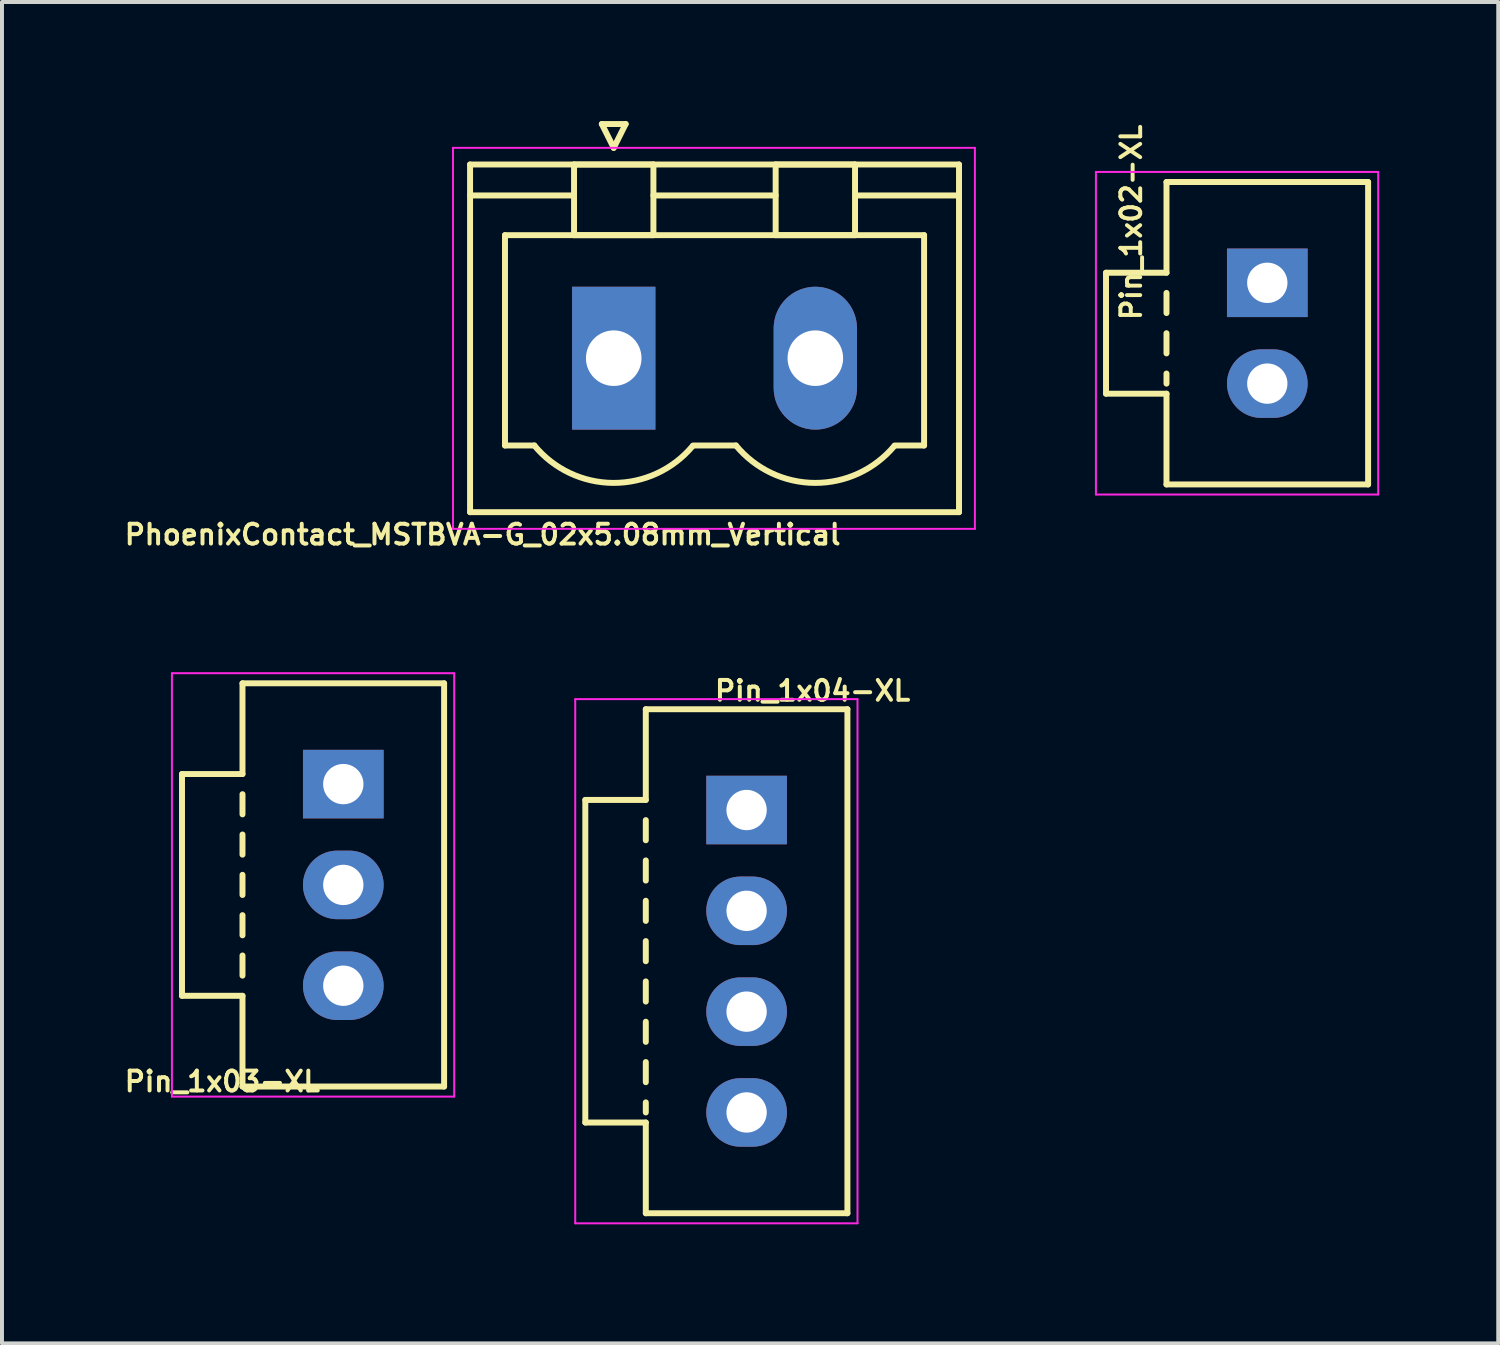
<source format=kicad_pcb>
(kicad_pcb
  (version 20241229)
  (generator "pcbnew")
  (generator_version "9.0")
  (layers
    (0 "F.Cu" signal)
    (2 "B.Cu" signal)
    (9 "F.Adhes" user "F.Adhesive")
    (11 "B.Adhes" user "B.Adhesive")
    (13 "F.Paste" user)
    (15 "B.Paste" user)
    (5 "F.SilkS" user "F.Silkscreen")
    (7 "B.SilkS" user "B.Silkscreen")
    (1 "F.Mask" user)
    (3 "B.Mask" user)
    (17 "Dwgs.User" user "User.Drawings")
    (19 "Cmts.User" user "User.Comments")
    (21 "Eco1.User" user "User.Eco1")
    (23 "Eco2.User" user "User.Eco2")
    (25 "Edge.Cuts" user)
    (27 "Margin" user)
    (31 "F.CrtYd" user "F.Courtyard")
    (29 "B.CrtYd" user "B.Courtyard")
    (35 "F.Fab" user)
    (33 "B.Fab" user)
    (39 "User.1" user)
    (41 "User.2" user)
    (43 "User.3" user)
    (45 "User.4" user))
  (footprint "Pin_1x03-XL"
    (layer "F.Cu")
    (at 5.6 16.707)
    (property "Reference" "Pin_1x03-XL" (at -3.048 7.493 0) (layer "F.SilkS") (effects (font (size 0.5 0.5) (thickness 0.1))))
    (attr through_hole)
    (fp_line (start -4.064 -0.254) (end -4.064 5.334) (stroke (width 0.15) (type solid)) (layer "F.SilkS"))
    (fp_line (start -4.064 5.334) (end -2.54 5.334) (stroke (width 0.15) (type solid)) (layer "F.SilkS"))
    (fp_line (start -2.54 -2.54) (end -2.54 -0.254) (stroke (width 0.15) (type solid)) (layer "F.SilkS"))
    (fp_line (start -2.54 -0.254) (end -4.064 -0.254) (stroke (width 0.15) (type solid)) (layer "F.SilkS"))
    (fp_line (start -2.54 0.254) (end -2.54 0.762) (stroke (width 0.15) (type solid)) (layer "F.SilkS"))
    (fp_line (start -2.54 1.27) (end -2.54 1.778) (stroke (width 0.15) (type solid)) (layer "F.SilkS"))
    (fp_line (start -2.54 2.286) (end -2.54 2.794) (stroke (width 0.15) (type solid)) (layer "F.SilkS"))
    (fp_line (start -2.54 3.302) (end -2.54 3.81) (stroke (width 0.15) (type solid)) (layer "F.SilkS"))
    (fp_line (start -2.54 4.318) (end -2.54 4.826) (stroke (width 0.15) (type solid)) (layer "F.SilkS"))
    (fp_line (start -2.54 5.334) (end -2.54 7.62) (stroke (width 0.15) (type solid)) (layer "F.SilkS"))
    (fp_line (start -2.54 7.62) (end 2.54 7.62) (stroke (width 0.15) (type solid)) (layer "F.SilkS"))
    (fp_line (start 2.54 -2.54) (end -2.54 -2.54) (stroke (width 0.15) (type solid)) (layer "F.SilkS"))
    (fp_line (start 2.54 -2.54) (end 2.54 7.62) (stroke (width 0.15) (type solid)) (layer "F.SilkS"))
    (fp_line (start -4.318 7.874) (end -4.318 -2.794) (stroke (width 0.05) (type solid)) (layer "F.CrtYd"))
    (fp_line (start -4.318 7.874) (end 2.794 7.874) (stroke (width 0.05) (type solid)) (layer "F.CrtYd"))
    (fp_line (start 2.794 -2.794) (end -4.318 -2.794) (stroke (width 0.05) (type solid)) (layer "F.CrtYd"))
    (fp_line (start 2.794 7.874) (end 2.794 -2.794) (stroke (width 0.05) (type solid)) (layer "F.CrtYd"))
    (pad "1" thru_hole rect (at 0 0) (size 2.032 1.727) (drill 1.016) (layers "*.Cu" "*.Mask"))
    (pad "2" thru_hole oval (at 0 2.54) (size 2.032 1.727) (drill 1.016) (layers "*.Cu" "*.Mask"))
    (pad "3" thru_hole oval (at 0 5.08) (size 2.032 1.727) (drill 1.016) (layers "*.Cu" "*.Mask")))
  (footprint "Pin_1x02-XL"
    (layer "F.Cu")
    (at 28.882 4.076)
    (property "Reference" "Pin_1x02-XL" (at -3.429 -1.524 90) (layer "F.SilkS") (effects (font (size 0.5 0.5) (thickness 0.1))))
    (attr through_hole)
    (fp_line (start -4.064 -0.254) (end -4.064 2.794) (stroke (width 0.15) (type solid)) (layer "F.SilkS"))
    (fp_line (start -4.064 2.794) (end -2.54 2.794) (stroke (width 0.15) (type solid)) (layer "F.SilkS"))
    (fp_line (start -2.54 -2.54) (end -2.54 -0.254) (stroke (width 0.15) (type solid)) (layer "F.SilkS"))
    (fp_line (start -2.54 -0.254) (end -4.064 -0.254) (stroke (width 0.15) (type solid)) (layer "F.SilkS"))
    (fp_line (start -2.54 0.254) (end -2.54 0.762) (stroke (width 0.15) (type solid)) (layer "F.SilkS"))
    (fp_line (start -2.54 1.27) (end -2.54 1.778) (stroke (width 0.15) (type solid)) (layer "F.SilkS"))
    (fp_line (start -2.54 2.286) (end -2.54 2.54) (stroke (width 0.15) (type solid)) (layer "F.SilkS"))
    (fp_line (start -2.54 2.794) (end -2.54 5.08) (stroke (width 0.15) (type solid)) (layer "F.SilkS"))
    (fp_line (start -2.54 5.08) (end 2.54 5.08) (stroke (width 0.15) (type solid)) (layer "F.SilkS"))
    (fp_line (start 2.54 -2.54) (end -2.54 -2.54) (stroke (width 0.15) (type solid)) (layer "F.SilkS"))
    (fp_line (start 2.54 -2.54) (end 2.54 5.08) (stroke (width 0.15) (type solid)) (layer "F.SilkS"))
    (fp_line (start -4.318 5.334) (end -4.318 -2.794) (stroke (width 0.05) (type solid)) (layer "F.CrtYd"))
    (fp_line (start -4.318 5.334) (end 2.794 5.334) (stroke (width 0.05) (type solid)) (layer "F.CrtYd"))
    (fp_line (start 2.794 -2.794) (end -4.318 -2.794) (stroke (width 0.05) (type solid)) (layer "F.CrtYd"))
    (fp_line (start 2.794 5.334) (end 2.794 -2.794) (stroke (width 0.05) (type solid)) (layer "F.CrtYd"))
    (pad "1" thru_hole rect (at 0 0) (size 2.032 1.727) (drill 1.016) (layers "*.Cu" "*.Mask"))
    (pad "2" thru_hole oval (at 0 2.54) (size 2.032 1.727) (drill 1.016) (layers "*.Cu" "*.Mask")))
  (footprint "Pin_1x04-XL"
    (layer "F.Cu")
    (at 15.762 17.36)
    (property "Reference" "Pin_1x04-XL" (at 1.662 -3.004 180) (layer "F.SilkS") (effects (font (size 0.5 0.5) (thickness 0.1))))
    (attr through_hole)
    (fp_line (start -4.064 -0.254) (end -4.064 7.874) (stroke (width 0.15) (type solid)) (layer "F.SilkS"))
    (fp_line (start -4.064 7.874) (end -2.54 7.874) (stroke (width 0.15) (type solid)) (layer "F.SilkS"))
    (fp_line (start -2.54 -2.54) (end -2.54 -0.254) (stroke (width 0.15) (type solid)) (layer "F.SilkS"))
    (fp_line (start -2.54 -0.254) (end -4.064 -0.254) (stroke (width 0.15) (type solid)) (layer "F.SilkS"))
    (fp_line (start -2.54 0.254) (end -2.54 0.762) (stroke (width 0.15) (type solid)) (layer "F.SilkS"))
    (fp_line (start -2.54 1.27) (end -2.54 1.778) (stroke (width 0.15) (type solid)) (layer "F.SilkS"))
    (fp_line (start -2.54 2.286) (end -2.54 2.794) (stroke (width 0.15) (type solid)) (layer "F.SilkS"))
    (fp_line (start -2.54 3.302) (end -2.54 3.81) (stroke (width 0.15) (type solid)) (layer "F.SilkS"))
    (fp_line (start -2.54 4.318) (end -2.54 4.826) (stroke (width 0.15) (type solid)) (layer "F.SilkS"))
    (fp_line (start -2.54 5.334) (end -2.54 5.842) (stroke (width 0.15) (type solid)) (layer "F.SilkS"))
    (fp_line (start -2.54 6.35) (end -2.54 6.858) (stroke (width 0.15) (type solid)) (layer "F.SilkS"))
    (fp_line (start -2.54 7.366) (end -2.54 7.62) (stroke (width 0.15) (type solid)) (layer "F.SilkS"))
    (fp_line (start -2.54 7.874) (end -2.54 10.16) (stroke (width 0.15) (type solid)) (layer "F.SilkS"))
    (fp_line (start -2.54 10.16) (end 2.54 10.16) (stroke (width 0.15) (type solid)) (layer "F.SilkS"))
    (fp_line (start 2.54 -2.54) (end -2.54 -2.54) (stroke (width 0.15) (type solid)) (layer "F.SilkS"))
    (fp_line (start 2.54 10.16) (end 2.54 -2.54) (stroke (width 0.15) (type solid)) (layer "F.SilkS"))
    (fp_line (start -4.318 -2.794) (end -4.318 10.414) (stroke (width 0.05) (type solid)) (layer "F.CrtYd"))
    (fp_line (start -4.318 10.414) (end 2.794 10.414) (stroke (width 0.05) (type solid)) (layer "F.CrtYd"))
    (fp_line (start 2.794 -2.794) (end -4.318 -2.794) (stroke (width 0.05) (type solid)) (layer "F.CrtYd"))
    (fp_line (start 2.794 10.414) (end 2.794 -2.794) (stroke (width 0.05) (type solid)) (layer "F.CrtYd"))
    (pad "1" thru_hole rect (at 0 0) (size 2.032 1.727) (drill 1.016) (layers "*.Cu" "*.Mask"))
    (pad "2" thru_hole oval (at 0 2.54) (size 2.032 1.727) (drill 1.016) (layers "*.Cu" "*.Mask"))
    (pad "3" thru_hole oval (at 0 5.08) (size 2.032 1.727) (drill 1.016) (layers "*.Cu" "*.Mask"))
    (pad "4" thru_hole oval (at 0 7.62) (size 2.032 1.727) (drill 1.016) (layers "*.Cu" "*.Mask")))
  (footprint "PhoenixContact_MSTBVA-G_02x5.08mm_Vertical"
    (layer "F.Cu")
    (at 12.414 5.975)
    (property "Reference" "PhoenixContact_MSTBVA-G_02x5.08mm_Vertical" (at -3.302 4.445 180) (layer "F.SilkS") (effects (font (size 0.5 0.5) (thickness 0.1))))
    (attr through_hole)
    (fp_line (start -3.62 -4.88) (end -3.62 3.88) (stroke (width 0.15) (type solid)) (layer "F.SilkS"))
    (fp_line (start -3.62 -4.1) (end -1.08 -4.1) (stroke (width 0.15) (type solid)) (layer "F.SilkS"))
    (fp_line (start -3.62 3.88) (end 8.7 3.88) (stroke (width 0.15) (type solid)) (layer "F.SilkS"))
    (fp_line (start -2.74 -3.1) (end 7.82 -3.1) (stroke (width 0.15) (type solid)) (layer "F.SilkS"))
    (fp_line (start -2.74 2.2) (end -2.74 -3.1) (stroke (width 0.15) (type solid)) (layer "F.SilkS"))
    (fp_line (start -2 2.2) (end -2.74 2.2) (stroke (width 0.15) (type solid)) (layer "F.SilkS"))
    (fp_line (start -1 -4.88) (end 1 -4.88) (stroke (width 0.15) (type solid)) (layer "F.SilkS"))
    (fp_line (start -1 -3.1) (end -1 -4.88) (stroke (width 0.15) (type solid)) (layer "F.SilkS"))
    (fp_line (start -0.3 -5.9) (end 0 -5.3) (stroke (width 0.15) (type solid)) (layer "F.SilkS"))
    (fp_line (start 0 -5.3) (end 0.3 -5.9) (stroke (width 0.15) (type solid)) (layer "F.SilkS"))
    (fp_line (start 0.3 -5.9) (end -0.3 -5.9) (stroke (width 0.15) (type solid)) (layer "F.SilkS"))
    (fp_line (start 1 -4.88) (end 1 -3.1) (stroke (width 0.15) (type solid)) (layer "F.SilkS"))
    (fp_line (start 1 -4.1) (end 4.08 -4.1) (stroke (width 0.15) (type solid)) (layer "F.SilkS"))
    (fp_line (start 1 -3.1) (end -1 -3.1) (stroke (width 0.15) (type solid)) (layer "F.SilkS"))
    (fp_line (start 2 2.2) (end 3.08 2.2) (stroke (width 0.15) (type solid)) (layer "F.SilkS"))
    (fp_line (start 4.08 -4.88) (end 6.08 -4.88) (stroke (width 0.15) (type solid)) (layer "F.SilkS"))
    (fp_line (start 4.08 -3.1) (end 4.08 -4.88) (stroke (width 0.15) (type solid)) (layer "F.SilkS"))
    (fp_line (start 6.08 -4.88) (end 6.08 -3.1) (stroke (width 0.15) (type solid)) (layer "F.SilkS"))
    (fp_line (start 6.08 -3.1) (end 4.08 -3.1) (stroke (width 0.15) (type solid)) (layer "F.SilkS"))
    (fp_line (start 7.82 -3.1) (end 7.82 2.2) (stroke (width 0.15) (type solid)) (layer "F.SilkS"))
    (fp_line (start 7.82 2.2) (end 7.08 2.2) (stroke (width 0.15) (type solid)) (layer "F.SilkS"))
    (fp_line (start 8.7 -4.88) (end -3.62 -4.88) (stroke (width 0.15) (type solid)) (layer "F.SilkS"))
    (fp_line (start 8.7 -4.1) (end 6.16 -4.1) (stroke (width 0.15) (type solid)) (layer "F.SilkS"))
    (fp_line (start 8.7 3.88) (end 8.7 -4.88) (stroke (width 0.15) (type solid)) (layer "F.SilkS"))
    (fp_arc (start 1.986842 2.215821) (mid -0.010289 3.142758) (end -2 2.2) (stroke (width 0.15) (type solid)) (layer "F.SilkS"))
    (fp_arc (start 7.066842 2.215821) (mid 5.069711 3.142758) (end 3.08 2.2) (stroke (width 0.15) (type solid)) (layer "F.SilkS"))
    (fp_line (start -4.05 -5.3) (end -4.05 4.3) (stroke (width 0.05) (type solid)) (layer "F.CrtYd"))
    (fp_line (start -4.05 4.3) (end 9.1 4.3) (stroke (width 0.05) (type solid)) (layer "F.CrtYd"))
    (fp_line (start 9.1 -5.3) (end -4.05 -5.3) (stroke (width 0.05) (type solid)) (layer "F.CrtYd"))
    (fp_line (start 9.1 4.3) (end 9.1 -5.3) (stroke (width 0.05) (type solid)) (layer "F.CrtYd"))
    (pad "1" thru_hole rect (at 0 0) (size 2.1 3.6) (drill 1.4) (layers "*.Cu" "*.Mask"))
    (pad "2" thru_hole oval (at 5.08 0) (size 2.1 3.6) (drill 1.4) (layers "*.Cu" "*.Mask")))
  (gr_rect
    (start -3 -3)
    (end 34.701 30.799)
    (stroke (width 0.1) (type default))
    (fill no)
    (layer "Edge.Cuts")))
</source>
